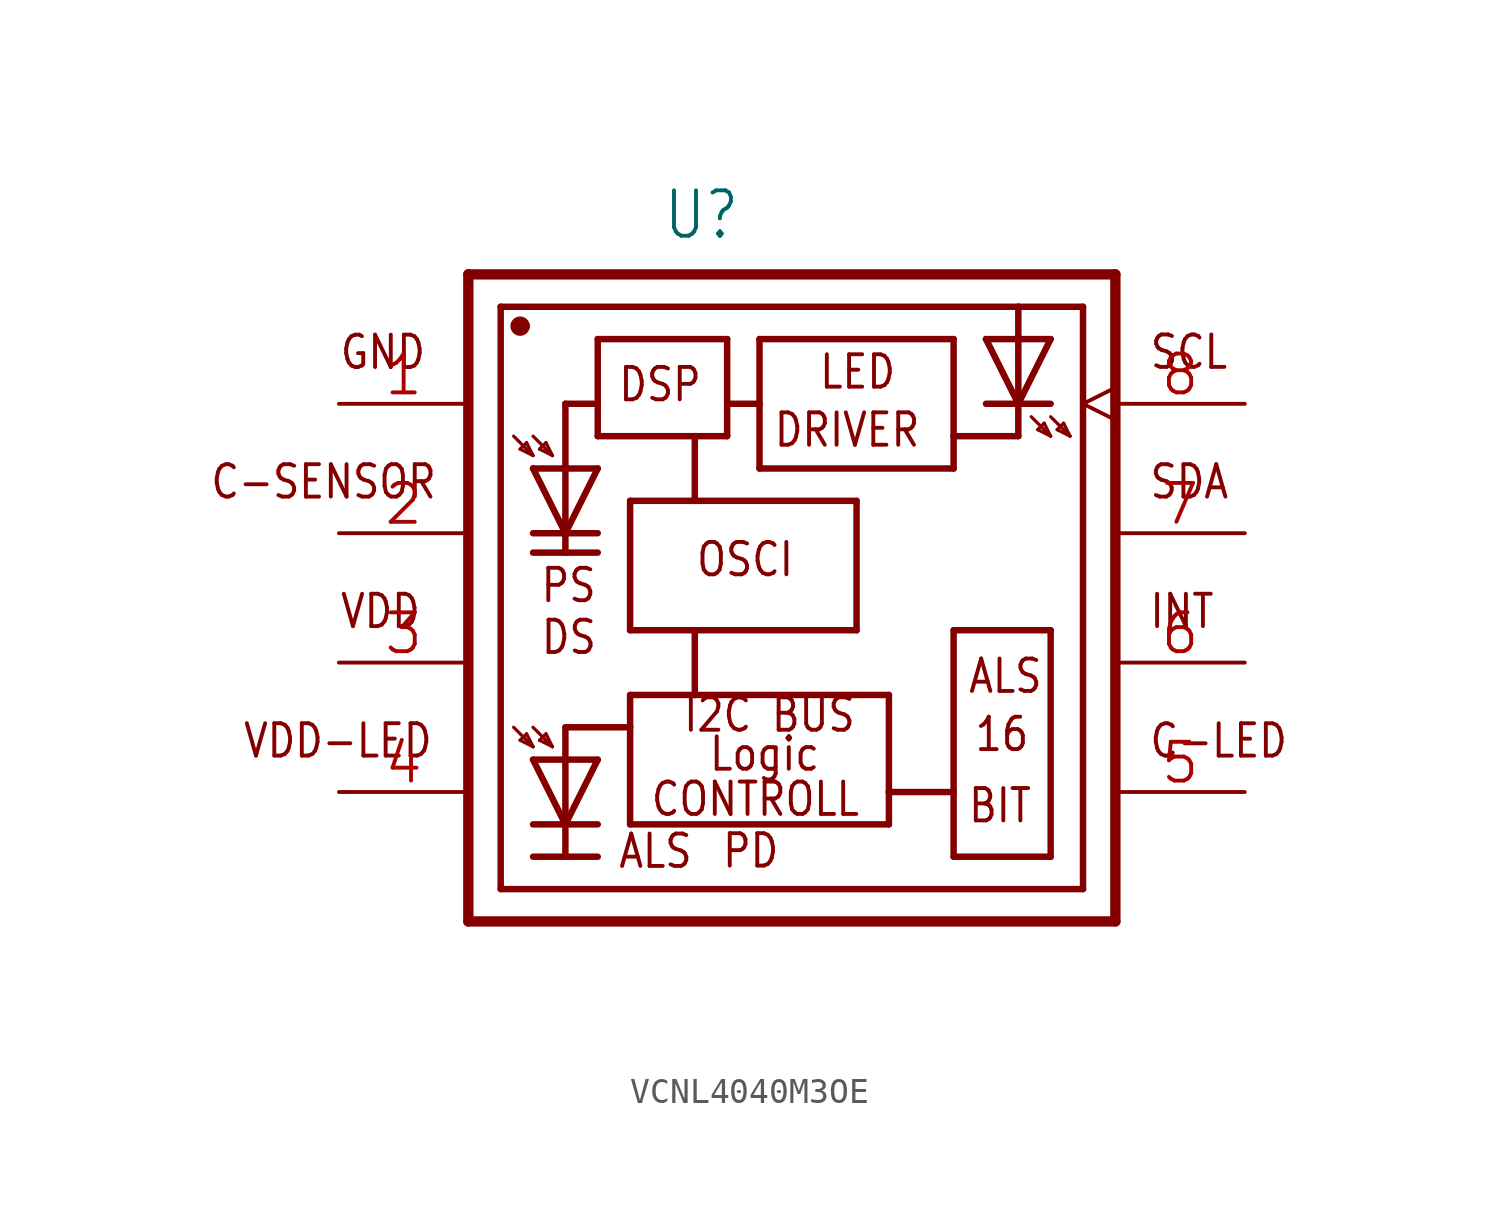
<source format=kicad_sym>
(kicad_symbol_lib
  (version 20241209)
  (generator "kicad_symbol_editor")
  (generator_version "9.0")
  (symbol "VCNL4040M3OE"
    (property "Reference" "U"
      (at -5.088 13.992 0)
      (effects (font (size 1.781 1.514)) (justify left bottom)))
    (property "Value" ""
      (at -5.085 -15.255 0)
      (effects (font (size 1.78 1.513)) (justify left bottom)))
    (property "ki_locked" ""
      (at 0 0 0)
      (effects (font (size 1.27 1.27))))
    (symbol "VCNL4040M3OE_1_0"
      (polyline (pts (xy -12.7 12.7) (xy 12.7 12.7)) (stroke (width 0.406) (type solid)) (fill (type none)))
      (polyline (pts (xy -12.7 -12.7) (xy -12.7 12.7)) (stroke (width 0.406) (type solid)) (fill (type none)))
      (polyline (pts (xy -11.43 11.43) (xy 8.89 11.43)) (stroke (width 0.254) (type solid)) (fill (type none)))
      (polyline (pts (xy -11.43 -11.43) (xy -11.43 11.43)) (stroke (width 0.254) (type solid)) (fill (type none)))
      (polyline (pts (xy -10.922 6.35) (xy -10.16 5.588)) (stroke (width 0.127) (type solid)) (fill (type none)))
      (polyline (pts (xy -10.922 -5.08) (xy -10.16 -5.842)) (stroke (width 0.127) (type solid)) (fill (type none)))
      (circle (center -10.668 10.668) (radius 0.18) (stroke (width 0.254) (type solid)) (fill (type none)))
      (circle (center -10.668 10.668) (radius 0.254) (stroke (width 0.254) (type solid)) (fill (type none)))
      (polyline (pts (xy -10.668 5.842) (xy -10.16 5.588)) (stroke (width 0.127) (type solid)) (fill (type none)))
      (polyline (pts (xy -10.668 -5.588) (xy -10.16 -5.842)) (stroke (width 0.127) (type solid)) (fill (type none)))
      (circle (center -10.541 10.668) (radius 0.127) (stroke (width 0.254) (type solid)) (fill (type none)))
      (polyline (pts (xy -10.414 6.096) (xy -10.668 5.842)) (stroke (width 0.127) (type solid)) (fill (type none)))
      (polyline (pts (xy -10.414 -5.334) (xy -10.668 -5.588)) (stroke (width 0.127) (type solid)) (fill (type none)))
      (polyline (pts (xy -10.16 6.35) (xy -9.398 5.588)) (stroke (width 0.127) (type solid)) (fill (type none)))
      (polyline (pts (xy -10.16 5.588) (xy -10.414 6.096)) (stroke (width 0.127) (type solid)) (fill (type none)))
      (polyline (pts (xy -10.16 5.08) (xy -7.62 5.08)) (stroke (width 0.254) (type solid)) (fill (type none)))
      (polyline (pts (xy -10.16 2.54) (xy -7.62 2.54)) (stroke (width 0.254) (type solid)) (fill (type none)))
      (polyline (pts (xy -10.16 -5.08) (xy -9.398 -5.842)) (stroke (width 0.127) (type solid)) (fill (type none)))
      (polyline (pts (xy -10.16 -5.842) (xy -10.414 -5.334)) (stroke (width 0.127) (type solid)) (fill (type none)))
      (polyline (pts (xy -10.16 -6.35) (xy -8.89 -8.89)) (stroke (width 0.254) (type solid)) (fill (type none)))
      (polyline (pts (xy -9.906 5.842) (xy -9.398 5.588)) (stroke (width 0.127) (type solid)) (fill (type none)))
      (polyline (pts (xy -9.906 -5.588) (xy -9.398 -5.842)) (stroke (width 0.127) (type solid)) (fill (type none)))
      (polyline (pts (xy -9.652 6.096) (xy -9.906 5.842)) (stroke (width 0.127) (type solid)) (fill (type none)))
      (polyline (pts (xy -9.652 -5.334) (xy -9.906 -5.588)) (stroke (width 0.127) (type solid)) (fill (type none)))
      (polyline (pts (xy -9.398 5.588) (xy -9.652 6.096)) (stroke (width 0.127) (type solid)) (fill (type none)))
      (polyline (pts (xy -9.398 -5.842) (xy -9.652 -5.334)) (stroke (width 0.127) (type solid)) (fill (type none)))
      (polyline (pts (xy -8.89 7.62) (xy -8.89 2.54)) (stroke (width 0.254) (type solid)) (fill (type none)))
      (polyline (pts (xy -8.89 2.54) (xy -10.16 5.08)) (stroke (width 0.254) (type solid)) (fill (type none)))
      (polyline (pts (xy -8.89 2.54) (xy -8.89 1.778)) (stroke (width 0.254) (type solid)) (fill (type none)))
      (polyline (pts (xy -8.89 1.778) (xy -10.16 1.778)) (stroke (width 0.254) (type solid)) (fill (type none)))
      (polyline (pts (xy -8.89 1.778) (xy -7.62 1.778)) (stroke (width 0.254) (type solid)) (fill (type none)))
      (polyline (pts (xy -8.89 -5.08) (xy -8.89 -8.89)) (stroke (width 0.254) (type solid)) (fill (type none)))
      (polyline (pts (xy -8.89 -8.89) (xy -8.89 -10.16)) (stroke (width 0.254) (type solid)) (fill (type none)))
      (polyline (pts (xy -8.89 -8.89) (xy -7.62 -6.35)) (stroke (width 0.254) (type solid)) (fill (type none)))
      (polyline (pts (xy -8.89 -10.16) (xy -10.16 -10.16)) (stroke (width 0.254) (type solid)) (fill (type none)))
      (polyline (pts (xy -8.89 -10.16) (xy -7.62 -10.16)) (stroke (width 0.254) (type solid)) (fill (type none)))
      (polyline (pts (xy -7.62 10.16) (xy -7.62 7.62)) (stroke (width 0.254) (type solid)) (fill (type none)))
      (polyline (pts (xy -7.62 7.62) (xy -8.89 7.62)) (stroke (width 0.254) (type solid)) (fill (type none)))
      (polyline (pts (xy -7.62 7.62) (xy -7.62 6.35)) (stroke (width 0.254) (type solid)) (fill (type none)))
      (polyline (pts (xy -7.62 6.35) (xy -3.81 6.35)) (stroke (width 0.254) (type solid)) (fill (type none)))
      (polyline (pts (xy -7.62 5.08) (xy -8.89 2.54)) (stroke (width 0.254) (type solid)) (fill (type none)))
      (polyline (pts (xy -7.62 -6.35) (xy -10.16 -6.35)) (stroke (width 0.254) (type solid)) (fill (type none)))
      (polyline (pts (xy -7.62 -8.89) (xy -10.16 -8.89)) (stroke (width 0.254) (type solid)) (fill (type none)))
      (polyline (pts (xy -6.35 3.81) (xy -6.35 -1.27)) (stroke (width 0.254) (type solid)) (fill (type none)))
      (polyline (pts (xy -6.35 -1.27) (xy -3.81 -1.27)) (stroke (width 0.254) (type solid)) (fill (type none)))
      (polyline (pts (xy -6.35 -3.81) (xy -6.35 -5.08)) (stroke (width 0.254) (type solid)) (fill (type none)))
      (polyline (pts (xy -6.35 -5.08) (xy -8.89 -5.08)) (stroke (width 0.254) (type solid)) (fill (type none)))
      (polyline (pts (xy -6.35 -5.08) (xy -6.35 -8.89)) (stroke (width 0.254) (type solid)) (fill (type none)))
      (polyline (pts (xy -6.35 -8.89) (xy 3.81 -8.89)) (stroke (width 0.254) (type solid)) (fill (type none)))
      (polyline (pts (xy -3.81 6.35) (xy -3.81 3.81)) (stroke (width 0.254) (type solid)) (fill (type none)))
      (polyline (pts (xy -3.81 6.35) (xy -2.54 6.35)) (stroke (width 0.254) (type solid)) (fill (type none)))
      (polyline (pts (xy -3.81 3.81) (xy -6.35 3.81)) (stroke (width 0.254) (type solid)) (fill (type none)))
      (polyline (pts (xy -3.81 -1.27) (xy -3.81 -3.81)) (stroke (width 0.254) (type solid)) (fill (type none)))
      (polyline (pts (xy -3.81 -1.27) (xy 2.54 -1.27)) (stroke (width 0.254) (type solid)) (fill (type none)))
      (polyline (pts (xy -3.81 -3.81) (xy -6.35 -3.81)) (stroke (width 0.254) (type solid)) (fill (type none)))
      (polyline (pts (xy -2.54 10.16) (xy -7.62 10.16)) (stroke (width 0.254) (type solid)) (fill (type none)))
      (polyline (pts (xy -2.54 7.62) (xy -2.54 10.16)) (stroke (width 0.254) (type solid)) (fill (type none)))
      (polyline (pts (xy -2.54 6.35) (xy -2.54 7.62)) (stroke (width 0.254) (type solid)) (fill (type none)))
      (polyline (pts (xy -1.27 10.16) (xy -1.27 7.62)) (stroke (width 0.254) (type solid)) (fill (type none)))
      (polyline (pts (xy -1.27 7.62) (xy -2.54 7.62)) (stroke (width 0.254) (type solid)) (fill (type none)))
      (polyline (pts (xy -1.27 7.62) (xy -1.27 5.08)) (stroke (width 0.254) (type solid)) (fill (type none)))
      (polyline (pts (xy -1.27 5.08) (xy 6.35 5.08)) (stroke (width 0.254) (type solid)) (fill (type none)))
      (polyline (pts (xy 2.54 3.81) (xy -3.81 3.81)) (stroke (width 0.254) (type solid)) (fill (type none)))
      (polyline (pts (xy 2.54 -1.27) (xy 2.54 3.81)) (stroke (width 0.254) (type solid)) (fill (type none)))
      (polyline (pts (xy 3.81 -3.81) (xy -3.81 -3.81)) (stroke (width 0.254) (type solid)) (fill (type none)))
      (polyline (pts (xy 3.81 -7.62) (xy 3.81 -3.81)) (stroke (width 0.254) (type solid)) (fill (type none)))
      (polyline (pts (xy 3.81 -7.62) (xy 6.35 -7.62)) (stroke (width 0.254) (type solid)) (fill (type none)))
      (polyline (pts (xy 3.81 -8.89) (xy 3.81 -7.62)) (stroke (width 0.254) (type solid)) (fill (type none)))
      (polyline (pts (xy 6.35 10.16) (xy -1.27 10.16)) (stroke (width 0.254) (type solid)) (fill (type none)))
      (polyline (pts (xy 6.35 6.35) (xy 6.35 10.16)) (stroke (width 0.254) (type solid)) (fill (type none)))
      (polyline (pts (xy 6.35 6.35) (xy 8.89 6.35)) (stroke (width 0.254) (type solid)) (fill (type none)))
      (polyline (pts (xy 6.35 5.08) (xy 6.35 6.35)) (stroke (width 0.254) (type solid)) (fill (type none)))
      (polyline (pts (xy 6.35 -1.27) (xy 10.16 -1.27)) (stroke (width 0.254) (type solid)) (fill (type none)))
      (polyline (pts (xy 6.35 -7.62) (xy 6.35 -1.27)) (stroke (width 0.254) (type solid)) (fill (type none)))
      (polyline (pts (xy 6.35 -10.16) (xy 6.35 -7.62)) (stroke (width 0.254) (type solid)) (fill (type none)))
      (polyline (pts (xy 7.62 10.16) (xy 8.89 7.62)) (stroke (width 0.254) (type solid)) (fill (type none)))
      (polyline (pts (xy 7.62 7.62) (xy 10.16 7.62)) (stroke (width 0.254) (type solid)) (fill (type none)))
      (polyline (pts (xy 8.89 11.43) (xy 11.43 11.43)) (stroke (width 0.254) (type solid)) (fill (type none)))
      (polyline (pts (xy 8.89 7.62) (xy 8.89 11.43)) (stroke (width 0.254) (type solid)) (fill (type none)))
      (polyline (pts (xy 8.89 7.62) (xy 10.16 10.16)) (stroke (width 0.254) (type solid)) (fill (type none)))
      (polyline (pts (xy 8.89 6.35) (xy 8.89 7.62)) (stroke (width 0.254) (type solid)) (fill (type none)))
      (polyline (pts (xy 9.398 7.112) (xy 10.16 6.35)) (stroke (width 0.127) (type solid)) (fill (type none)))
      (polyline (pts (xy 9.652 6.604) (xy 10.16 6.35)) (stroke (width 0.127) (type solid)) (fill (type none)))
      (polyline (pts (xy 9.906 6.858) (xy 9.652 6.604)) (stroke (width 0.127) (type solid)) (fill (type none)))
      (polyline (pts (xy 10.16 10.16) (xy 7.62 10.16)) (stroke (width 0.254) (type solid)) (fill (type none)))
      (polyline (pts (xy 10.16 7.112) (xy 10.922 6.35)) (stroke (width 0.127) (type solid)) (fill (type none)))
      (polyline (pts (xy 10.16 6.35) (xy 9.906 6.858)) (stroke (width 0.127) (type solid)) (fill (type none)))
      (polyline (pts (xy 10.16 -1.27) (xy 10.16 -10.16)) (stroke (width 0.254) (type solid)) (fill (type none)))
      (polyline (pts (xy 10.16 -10.16) (xy 6.35 -10.16)) (stroke (width 0.254) (type solid)) (fill (type none)))
      (polyline (pts (xy 10.414 6.604) (xy 10.922 6.35)) (stroke (width 0.127) (type solid)) (fill (type none)))
      (polyline (pts (xy 10.668 6.858) (xy 10.414 6.604)) (stroke (width 0.127) (type solid)) (fill (type none)))
      (polyline (pts (xy 10.922 6.35) (xy 10.668 6.858)) (stroke (width 0.127) (type solid)) (fill (type none)))
      (polyline (pts (xy 11.43 11.43) (xy 11.43 -11.43)) (stroke (width 0.254) (type solid)) (fill (type none)))
      (polyline (pts (xy 11.43 -11.43) (xy -11.43 -11.43)) (stroke (width 0.254) (type solid)) (fill (type none)))
      (polyline (pts (xy 12.7 12.7) (xy 12.7 -12.7)) (stroke (width 0.406) (type solid)) (fill (type none)))
      (polyline (pts (xy 12.7 -12.7) (xy -12.7 -12.7)) (stroke (width 0.406) (type solid)) (fill (type none)))
      (text "C-SENSOR" (at -22.883 3.814 0) (effects (font (size 1.271 1.081)) (justify left bottom)))
      (text "VDD-LED" (at -21.6 -6.353 0) (effects (font (size 1.27 1.08)) (justify left bottom)))
      (text "GND" (at -17.801 8.9 0) (effects (font (size 1.271 1.081)) (justify left bottom)))
      (text "VDD" (at -17.793 -1.271 0) (effects (font (size 1.271 1.08)) (justify left bottom)))
      (text "PS" (at -9.918 -0.254 0) (effects (font (size 1.272 1.081)) (justify left bottom)))
      (text "DS" (at -9.908 -2.287 0) (effects (font (size 1.27 1.08)) (justify left bottom)))
      (text "ALS" (at -6.869 -10.685 0) (effects (font (size 1.272 1.081)) (justify left bottom)))
      (text "DSP" (at -6.869 7.632 0) (effects (font (size 1.272 1.081)) (justify left bottom)))
      (text "CONTROLL" (at -5.593 -8.644 0) (effects (font (size 1.271 1.08)) (justify left bottom)))
      (text "I2C BUS" (at -4.322 -5.338 0) (effects (font (size 1.271 1.08)) (justify left bottom)))
      (text "OSCI" (at -3.813 0.763 0) (effects (font (size 1.271 1.08)) (justify left bottom)))
      (text "Logic" (at -3.308 -6.87 0) (effects (font (size 1.272 1.081)) (justify left bottom)))
      (text "PD" (at -2.795 -10.671 0) (effects (font (size 1.27 1.08)) (justify left bottom)))
      (text "DRIVER" (at -0.763 5.849 0) (effects (font (size 1.271 1.081)) (justify left bottom)))
      (text "LED" (at 1.016 8.13 0) (effects (font (size 1.27 1.08)) (justify left bottom)))
      (text "BIT" (at 6.864 -8.898 0) (effects (font (size 1.271 1.08)) (justify left bottom)))
      (text "ALS" (at 6.868 -3.815 0) (effects (font (size 1.272 1.081)) (justify left bottom)))
      (text "16" (at 7.116 -6.099 0) (effects (font (size 1.271 1.08)) (justify left bottom)))
      (text "INT" (at 13.98 -1.271 0) (effects (font (size 1.271 1.08)) (justify left bottom)))
      (text "C-LED" (at 13.981 -6.355 0) (effects (font (size 1.271 1.08)) (justify left bottom)))
      (text "SDA" (at 13.985 3.814 0) (effects (font (size 1.271 1.081)) (justify left bottom)))
      (text "SCL" (at 13.997 8.907 0) (effects (font (size 1.272 1.081)) (justify left bottom)))
      (pin power_in line (at -17.78 7.62 0) (length 5.08) (name "GND" (effects (font (size 0 0)))) (number "1" (effects (font (size 1.524 1.524)))))
      (pin output line (at -17.78 2.54 0) (length 5.08) (name "C-SENSOR" (effects (font (size 0 0)))) (number "2" (effects (font (size 1.524 1.524)))))
      (pin power_in line (at -17.78 -2.54 0) (length 5.08) (name "VDD" (effects (font (size 0 0)))) (number "3" (effects (font (size 1.524 1.524)))))
      (pin power_in line (at -17.78 -7.62 0) (length 5.08) (name "VDD-LED" (effects (font (size 0 0)))) (number "4" (effects (font (size 1.524 1.524)))))
      (pin input clock (at 17.78 7.62 180) (length 5.08) (name "SCL" (effects (font (size 0 0)))) (number "8" (effects (font (size 1.524 1.524)))))
      (pin bidirectional line (at 17.78 2.54 180) (length 5.08) (name "SDA" (effects (font (size 0 0)))) (number "7" (effects (font (size 1.524 1.524)))))
      (pin output line (at 17.78 -2.54 180) (length 5.08) (name "INT" (effects (font (size 0 0)))) (number "6" (effects (font (size 1.524 1.524)))))
      (pin output line (at 17.78 -7.62 180) (length 5.08) (name "C-LED" (effects (font (size 0 0)))) (number "5" (effects (font (size 1.524 1.524))))))))
</source>
